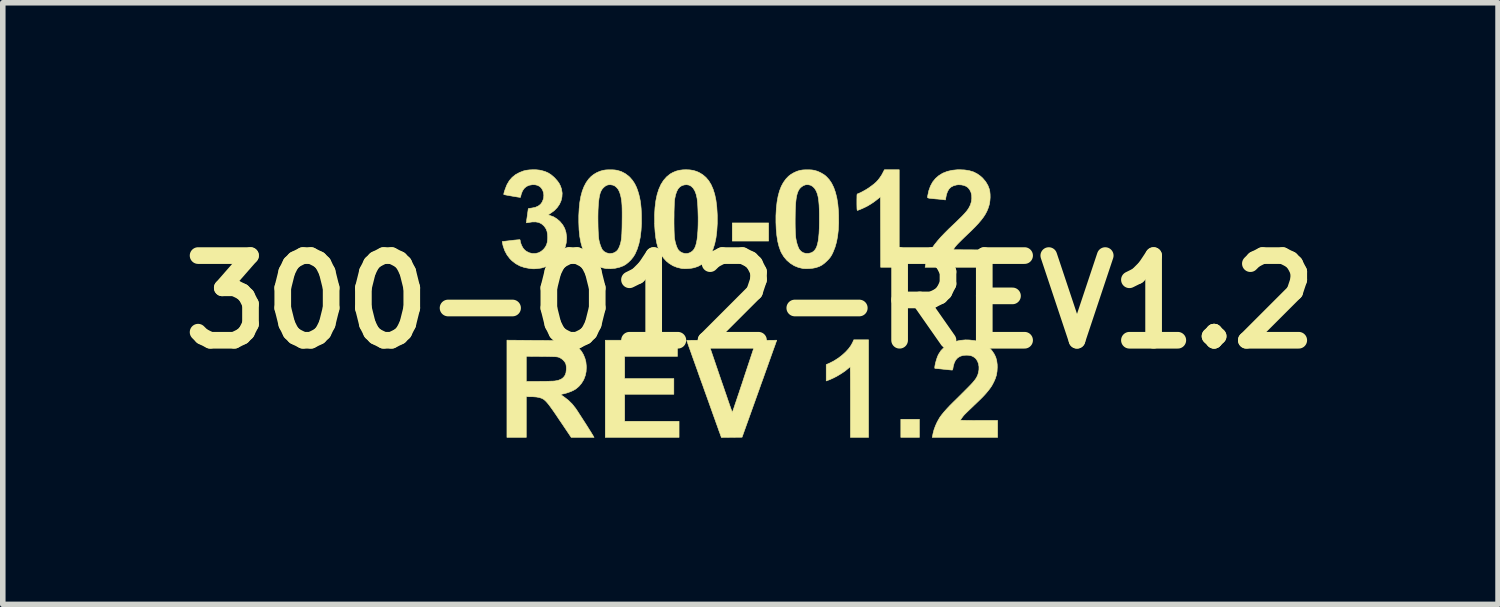
<source format=kicad_pcb>
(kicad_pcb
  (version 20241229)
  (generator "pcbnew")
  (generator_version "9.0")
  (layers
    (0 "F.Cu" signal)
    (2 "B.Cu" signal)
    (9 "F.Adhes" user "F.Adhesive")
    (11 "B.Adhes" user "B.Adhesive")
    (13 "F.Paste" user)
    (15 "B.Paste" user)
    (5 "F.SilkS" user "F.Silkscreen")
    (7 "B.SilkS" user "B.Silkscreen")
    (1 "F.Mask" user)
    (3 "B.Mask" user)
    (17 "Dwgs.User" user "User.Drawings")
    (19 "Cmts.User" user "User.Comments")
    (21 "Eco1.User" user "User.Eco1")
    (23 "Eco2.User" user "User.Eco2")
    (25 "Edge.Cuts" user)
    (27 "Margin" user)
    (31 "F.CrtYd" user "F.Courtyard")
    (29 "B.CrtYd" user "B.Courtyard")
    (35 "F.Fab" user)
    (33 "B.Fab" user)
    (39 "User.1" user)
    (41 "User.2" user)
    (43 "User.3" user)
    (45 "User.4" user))
  (footprint "300-012-REV1.2"
    (layer "F.Cu")
    (at 10.458 2.385)
    (property "Reference" "300-012-REV1.2" (at 0 0 0) (layer "F.SilkS") (effects (font (size 1.524 1.524) (thickness 0.3))))
    (attr through_hole)
    (fp_poly (pts (xy 0.327 -1.096) (xy -0.327 -1.096) (xy -0.327 -1.422) (xy 0.327 -1.422) (xy 0.327 -1.096)) (stroke (width 0.01) (type solid)) (fill yes) (layer "F.SilkS"))
    (fp_poly (pts (xy 3.041 2.438) (xy 2.707 2.438) (xy 2.707 2.112) (xy 3.041 2.112) (xy 3.041 2.438)) (stroke (width 0.01) (type solid)) (fill yes) (layer "F.SilkS"))
    (fp_poly (pts (xy -1.314 0.98) (xy -2.264 0.98) (xy -2.264 1.379) (xy -1.379 1.379) (xy -1.379 1.662) (xy -2.264 1.662) (xy -2.264 2.148) (xy -1.285 2.148) (xy -1.285 2.438) (xy -2.613 2.438) (xy -2.613 0.689) (xy -1.314 0.689) (xy -1.314 0.98)) (stroke (width 0.01) (type solid)) (fill yes) (layer "F.SilkS"))
    (fp_poly (pts (xy 2.126 2.438) (xy 1.8 2.438) (xy 1.8 1.803) (xy 1.8 1.709) (xy 1.8 1.618) (xy 1.799 1.533) (xy 1.799 1.455) (xy 1.799 1.383) (xy 1.798 1.32) (xy 1.798 1.267) (xy 1.797 1.224) (xy 1.797 1.193) (xy 1.796 1.174) (xy 1.795 1.168) (xy 1.788 1.173) (xy 1.774 1.185) (xy 1.756 1.2) (xy 1.705 1.242) (xy 1.643 1.284) (xy 1.576 1.325) (xy 1.506 1.363) (xy 1.438 1.394) (xy 1.411 1.405) (xy 1.364 1.422) (xy 1.364 1.128) (xy 1.427 1.1) (xy 1.503 1.061) (xy 1.577 1.014) (xy 1.646 0.962) (xy 1.709 0.905) (xy 1.764 0.846) (xy 1.808 0.786) (xy 1.841 0.727) (xy 1.844 0.719) (xy 1.86 0.682) (xy 2.126 0.682) (xy 2.126 2.438)) (stroke (width 0.01) (type solid)) (fill yes) (layer "F.SilkS"))
    (fp_poly (pts (xy 2.678 -0.624) (xy 2.344 -0.624) (xy 2.34 -1.893) (xy 2.297 -1.857) (xy 2.24 -1.813) (xy 2.177 -1.769) (xy 2.114 -1.731) (xy 2.105 -1.726) (xy 2.08 -1.713) (xy 2.049 -1.698) (xy 2.017 -1.683) (xy 1.984 -1.669) (xy 1.956 -1.658) (xy 1.935 -1.65) (xy 1.924 -1.647) (xy 1.921 -1.654) (xy 1.918 -1.676) (xy 1.917 -1.711) (xy 1.916 -1.761) (xy 1.916 -1.796) (xy 1.916 -1.847) (xy 1.917 -1.885) (xy 1.917 -1.912) (xy 1.919 -1.93) (xy 1.921 -1.94) (xy 1.925 -1.944) (xy 1.926 -1.945) (xy 1.937 -1.948) (xy 1.957 -1.957) (xy 1.984 -1.969) (xy 2.015 -1.985) (xy 2.064 -2.012) (xy 2.118 -2.045) (xy 2.17 -2.082) (xy 2.219 -2.119) (xy 2.258 -2.153) (xy 2.26 -2.154) (xy 2.296 -2.193) (xy 2.332 -2.24) (xy 2.365 -2.29) (xy 2.385 -2.328) (xy 2.412 -2.38) (xy 2.678 -2.38) (xy 2.678 -0.624)) (stroke (width 0.01) (type solid)) (fill yes) (layer "F.SilkS"))
    (fp_poly (pts (xy 0.468 0.706) (xy 0.464 0.714) (xy 0.457 0.736) (xy 0.445 0.77) (xy 0.429 0.814) (xy 0.409 0.869) (xy 0.386 0.934) (xy 0.36 1.007) (xy 0.331 1.088) (xy 0.3 1.176) (xy 0.266 1.27) (xy 0.231 1.369) (xy 0.193 1.473) (xy 0.156 1.578) (xy -0.151 2.435) (xy -0.337 2.437) (xy -0.523 2.439) (xy -0.53 2.419) (xy -0.535 2.407) (xy -0.543 2.383) (xy -0.556 2.348) (xy -0.573 2.302) (xy -0.592 2.247) (xy -0.615 2.184) (xy -0.64 2.113) (xy -0.668 2.036) (xy -0.697 1.954) (xy -0.728 1.867) (xy -0.76 1.777) (xy -0.793 1.685) (xy -0.827 1.591) (xy -0.86 1.497) (xy -0.894 1.404) (xy -0.927 1.312) (xy -0.958 1.223) (xy -0.989 1.137) (xy -1.018 1.056) (xy -1.045 0.981) (xy -1.069 0.912) (xy -1.091 0.851) (xy -1.11 0.798) (xy -1.125 0.755) (xy -1.136 0.722) (xy -1.144 0.702) (xy -1.147 0.693) (xy -1.147 0.693) (xy -1.14 0.692) (xy -1.12 0.691) (xy -1.09 0.691) (xy -1.051 0.69) (xy -1.005 0.69) (xy -0.96 0.69) (xy -0.773 0.69) (xy -0.552 1.339) (xy -0.52 1.432) (xy -0.489 1.521) (xy -0.46 1.606) (xy -0.433 1.684) (xy -0.409 1.755) (xy -0.387 1.819) (xy -0.368 1.874) (xy -0.352 1.919) (xy -0.339 1.954) (xy -0.331 1.977) (xy -0.327 1.988) (xy -0.326 1.988) (xy -0.324 1.982) (xy -0.317 1.962) (xy -0.306 1.931) (xy -0.291 1.888) (xy -0.274 1.836) (xy -0.253 1.775) (xy -0.23 1.705) (xy -0.204 1.629) (xy -0.177 1.546) (xy -0.147 1.458) (xy -0.117 1.366) (xy -0.109 1.341) (xy 0.106 0.693) (xy 0.289 0.691) (xy 0.473 0.689) (xy 0.468 0.706)) (stroke (width 0.01) (type solid)) (fill yes) (layer "F.SilkS"))
    (fp_poly (pts (xy 3.857 -2.376) (xy 3.939 -2.363) (xy 4.013 -2.341) (xy 4.079 -2.308) (xy 4.14 -2.265) (xy 4.18 -2.229) (xy 4.234 -2.165) (xy 4.275 -2.096) (xy 4.301 -2.028) (xy 4.309 -1.987) (xy 4.314 -1.937) (xy 4.315 -1.881) (xy 4.311 -1.826) (xy 4.304 -1.774) (xy 4.297 -1.745) (xy 4.279 -1.688) (xy 4.257 -1.634) (xy 4.229 -1.581) (xy 4.195 -1.528) (xy 4.153 -1.473) (xy 4.103 -1.414) (xy 4.044 -1.351) (xy 3.974 -1.281) (xy 3.953 -1.261) (xy 3.894 -1.205) (xy 3.844 -1.157) (xy 3.803 -1.117) (xy 3.77 -1.084) (xy 3.743 -1.057) (xy 3.722 -1.035) (xy 3.705 -1.016) (xy 3.692 -1.001) (xy 3.681 -0.987) (xy 3.674 -0.976) (xy 3.65 -0.94) (xy 3.984 -0.938) (xy 4.318 -0.936) (xy 4.318 -0.624) (xy 3.144 -0.624) (xy 3.155 -0.68) (xy 3.168 -0.742) (xy 3.186 -0.801) (xy 3.209 -0.859) (xy 3.238 -0.916) (xy 3.273 -0.974) (xy 3.316 -1.035) (xy 3.367 -1.098) (xy 3.426 -1.166) (xy 3.496 -1.239) (xy 3.575 -1.318) (xy 3.648 -1.387) (xy 3.71 -1.446) (xy 3.763 -1.498) (xy 3.807 -1.541) (xy 3.843 -1.579) (xy 3.872 -1.611) (xy 3.896 -1.64) (xy 3.915 -1.666) (xy 3.93 -1.689) (xy 3.959 -1.746) (xy 3.977 -1.805) (xy 3.984 -1.863) (xy 3.982 -1.92) (xy 3.97 -1.972) (xy 3.948 -2.018) (xy 3.918 -2.056) (xy 3.887 -2.079) (xy 3.845 -2.097) (xy 3.797 -2.107) (xy 3.746 -2.11) (xy 3.709 -2.106) (xy 3.655 -2.091) (xy 3.611 -2.068) (xy 3.576 -2.035) (xy 3.549 -1.991) (xy 3.529 -1.936) (xy 3.519 -1.887) (xy 3.51 -1.836) (xy 3.488 -1.839) (xy 3.473 -1.841) (xy 3.447 -1.844) (xy 3.412 -1.848) (xy 3.372 -1.852) (xy 3.342 -1.854) (xy 3.29 -1.859) (xy 3.251 -1.863) (xy 3.223 -1.866) (xy 3.205 -1.87) (xy 3.194 -1.874) (xy 3.188 -1.88) (xy 3.187 -1.888) (xy 3.189 -1.898) (xy 3.19 -1.907) (xy 3.21 -2.001) (xy 3.24 -2.085) (xy 3.28 -2.159) (xy 3.331 -2.222) (xy 3.392 -2.275) (xy 3.462 -2.318) (xy 3.541 -2.349) (xy 3.63 -2.37) (xy 3.729 -2.38) (xy 3.764 -2.38) (xy 3.857 -2.376)) (stroke (width 0.01) (type solid)) (fill yes) (layer "F.SilkS"))
    (fp_poly (pts (xy -1.09 -2.377) (xy -1.027 -2.367) (xy -0.969 -2.349) (xy -0.925 -2.33) (xy -0.86 -2.291) (xy -0.802 -2.242) (xy -0.751 -2.182) (xy -0.708 -2.111) (xy -0.672 -2.029) (xy -0.643 -1.936) (xy -0.621 -1.831) (xy -0.606 -1.713) (xy -0.598 -1.583) (xy -0.597 -1.556) (xy -0.597 -1.411) (xy -0.605 -1.278) (xy -0.62 -1.156) (xy -0.643 -1.047) (xy -0.674 -0.949) (xy -0.713 -0.863) (xy -0.759 -0.789) (xy -0.813 -0.727) (xy -0.875 -0.677) (xy -0.944 -0.64) (xy -1.011 -0.617) (xy -1.057 -0.608) (xy -1.11 -0.602) (xy -1.163 -0.599) (xy -1.211 -0.6) (xy -1.234 -0.602) (xy -1.318 -0.621) (xy -1.396 -0.652) (xy -1.468 -0.697) (xy -1.513 -0.734) (xy -1.56 -0.785) (xy -1.601 -0.842) (xy -1.636 -0.906) (xy -1.664 -0.979) (xy -1.687 -1.062) (xy -1.704 -1.155) (xy -1.716 -1.26) (xy -1.724 -1.378) (xy -1.725 -1.415) (xy -1.725 -1.482) (xy -1.376 -1.482) (xy -1.376 -1.413) (xy -1.375 -1.347) (xy -1.374 -1.285) (xy -1.372 -1.23) (xy -1.37 -1.185) (xy -1.367 -1.15) (xy -1.366 -1.139) (xy -1.355 -1.086) (xy -1.341 -1.034) (xy -1.325 -0.988) (xy -1.307 -0.951) (xy -1.3 -0.94) (xy -1.272 -0.91) (xy -1.234 -0.887) (xy -1.191 -0.874) (xy -1.161 -0.871) (xy -1.125 -0.874) (xy -1.091 -0.886) (xy -1.081 -0.891) (xy -1.051 -0.91) (xy -1.026 -0.935) (xy -1.005 -0.967) (xy -0.987 -1.008) (xy -0.973 -1.059) (xy -0.961 -1.12) (xy -0.953 -1.193) (xy -0.946 -1.278) (xy -0.944 -1.324) (xy -0.942 -1.386) (xy -0.941 -1.454) (xy -0.941 -1.525) (xy -0.943 -1.596) (xy -0.945 -1.666) (xy -0.948 -1.73) (xy -0.952 -1.788) (xy -0.957 -1.836) (xy -0.961 -1.867) (xy -0.978 -1.94) (xy -1.001 -2) (xy -1.03 -2.047) (xy -1.065 -2.082) (xy -1.105 -2.103) (xy -1.15 -2.111) (xy -1.195 -2.106) (xy -1.237 -2.092) (xy -1.273 -2.068) (xy -1.303 -2.034) (xy -1.327 -1.988) (xy -1.347 -1.93) (xy -1.362 -1.859) (xy -1.366 -1.832) (xy -1.369 -1.792) (xy -1.371 -1.742) (xy -1.373 -1.684) (xy -1.375 -1.619) (xy -1.375 -1.551) (xy -1.376 -1.482) (xy -1.725 -1.482) (xy -1.726 -1.562) (xy -1.718 -1.697) (xy -1.703 -1.82) (xy -1.68 -1.931) (xy -1.649 -2.029) (xy -1.61 -2.116) (xy -1.563 -2.19) (xy -1.508 -2.252) (xy -1.445 -2.303) (xy -1.397 -2.33) (xy -1.34 -2.354) (xy -1.281 -2.37) (xy -1.217 -2.378) (xy -1.161 -2.38) (xy -1.09 -2.377)) (stroke (width 0.01) (type solid)) (fill yes) (layer "F.SilkS"))
    (fp_poly (pts (xy 3.944 0.685) (xy 4.038 0.696) (xy 4.123 0.718) (xy 4.199 0.752) (xy 4.267 0.797) (xy 4.327 0.853) (xy 4.346 0.876) (xy 4.386 0.934) (xy 4.415 0.993) (xy 4.433 1.057) (xy 4.442 1.128) (xy 4.443 1.176) (xy 4.439 1.249) (xy 4.428 1.316) (xy 4.407 1.381) (xy 4.387 1.427) (xy 4.366 1.469) (xy 4.343 1.511) (xy 4.315 1.552) (xy 4.283 1.594) (xy 4.245 1.64) (xy 4.201 1.689) (xy 4.148 1.743) (xy 4.085 1.804) (xy 4.024 1.862) (xy 3.985 1.9) (xy 3.947 1.936) (xy 3.913 1.969) (xy 3.884 1.997) (xy 3.862 2.019) (xy 3.85 2.031) (xy 3.831 2.053) (xy 3.813 2.077) (xy 3.796 2.1) (xy 3.785 2.118) (xy 3.781 2.128) (xy 3.788 2.129) (xy 3.808 2.13) (xy 3.84 2.131) (xy 3.882 2.132) (xy 3.933 2.133) (xy 3.991 2.133) (xy 4.055 2.134) (xy 4.115 2.134) (xy 4.449 2.134) (xy 4.449 2.438) (xy 3.273 2.438) (xy 3.276 2.422) (xy 3.279 2.406) (xy 3.284 2.382) (xy 3.288 2.362) (xy 3.305 2.298) (xy 3.33 2.23) (xy 3.362 2.16) (xy 3.398 2.096) (xy 3.412 2.073) (xy 3.444 2.03) (xy 3.483 1.982) (xy 3.531 1.928) (xy 3.587 1.868) (xy 3.654 1.801) (xy 3.681 1.775) (xy 3.754 1.703) (xy 3.817 1.64) (xy 3.871 1.586) (xy 3.918 1.539) (xy 3.957 1.499) (xy 3.989 1.465) (xy 4.015 1.435) (xy 4.037 1.408) (xy 4.054 1.385) (xy 4.067 1.364) (xy 4.078 1.344) (xy 4.087 1.324) (xy 4.095 1.304) (xy 4.101 1.282) (xy 4.113 1.225) (xy 4.114 1.167) (xy 4.105 1.113) (xy 4.086 1.063) (xy 4.058 1.022) (xy 4.044 1.009) (xy 4.01 0.984) (xy 3.972 0.968) (xy 3.927 0.96) (xy 3.885 0.958) (xy 3.824 0.963) (xy 3.772 0.98) (xy 3.729 1.007) (xy 3.694 1.046) (xy 3.669 1.096) (xy 3.651 1.158) (xy 3.646 1.19) (xy 3.642 1.211) (xy 3.636 1.224) (xy 3.633 1.226) (xy 3.623 1.226) (xy 3.602 1.224) (xy 3.57 1.221) (xy 3.532 1.217) (xy 3.488 1.212) (xy 3.483 1.212) (xy 3.439 1.207) (xy 3.399 1.203) (xy 3.365 1.2) (xy 3.341 1.198) (xy 3.329 1.197) (xy 3.329 1.197) (xy 3.321 1.196) (xy 3.318 1.19) (xy 3.318 1.175) (xy 3.32 1.156) (xy 3.33 1.103) (xy 3.346 1.046) (xy 3.365 0.989) (xy 3.387 0.94) (xy 3.388 0.94) (xy 3.428 0.878) (xy 3.48 0.823) (xy 3.543 0.776) (xy 3.614 0.738) (xy 3.693 0.71) (xy 3.779 0.691) (xy 3.871 0.683) (xy 3.944 0.685)) (stroke (width 0.01) (type solid)) (fill yes) (layer "F.SilkS"))
    (fp_poly (pts (xy -3.903 0.692) (xy -3.803 0.692) (xy -3.717 0.693) (xy -3.643 0.694) (xy -3.579 0.695) (xy -3.525 0.696) (xy -3.48 0.698) (xy -3.442 0.699) (xy -3.41 0.701) (xy -3.382 0.704) (xy -3.358 0.707) (xy -3.336 0.711) (xy -3.315 0.715) (xy -3.294 0.72) (xy -3.284 0.722) (xy -3.209 0.748) (xy -3.143 0.785) (xy -3.086 0.834) (xy -3.038 0.894) (xy -3.008 0.945) (xy -2.98 1.012) (xy -2.962 1.078) (xy -2.955 1.147) (xy -2.954 1.179) (xy -2.958 1.256) (xy -2.973 1.325) (xy -2.998 1.392) (xy -3.005 1.406) (xy -3.042 1.466) (xy -3.089 1.521) (xy -3.144 1.567) (xy -3.183 1.59) (xy -3.221 1.608) (xy -3.268 1.626) (xy -3.317 1.642) (xy -3.363 1.654) (xy -3.384 1.658) (xy -3.401 1.662) (xy -3.41 1.667) (xy -3.411 1.668) (xy -3.405 1.674) (xy -3.39 1.686) (xy -3.367 1.701) (xy -3.351 1.713) (xy -3.278 1.769) (xy -3.208 1.838) (xy -3.145 1.918) (xy -3.142 1.922) (xy -3.129 1.942) (xy -3.109 1.971) (xy -3.085 2.009) (xy -3.057 2.052) (xy -3.026 2.1) (xy -2.994 2.15) (xy -2.961 2.201) (xy -2.93 2.25) (xy -2.901 2.297) (xy -2.874 2.339) (xy -2.853 2.374) (xy -2.836 2.401) (xy -2.827 2.418) (xy -2.826 2.418) (xy -2.815 2.438) (xy -3.226 2.438) (xy -3.392 2.191) (xy -3.448 2.109) (xy -3.496 2.037) (xy -3.538 1.976) (xy -3.574 1.925) (xy -3.605 1.882) (xy -3.632 1.846) (xy -3.656 1.817) (xy -3.676 1.794) (xy -3.695 1.776) (xy -3.712 1.761) (xy -3.729 1.749) (xy -3.746 1.74) (xy -3.756 1.735) (xy -3.798 1.721) (xy -3.852 1.711) (xy -3.919 1.706) (xy -3.961 1.706) (xy -4.035 1.705) (xy -4.035 2.438) (xy -4.383 2.438) (xy -4.383 1.43) (xy -4.035 1.43) (xy -3.808 1.43) (xy -3.749 1.429) (xy -3.691 1.429) (xy -3.638 1.428) (xy -3.591 1.426) (xy -3.553 1.425) (xy -3.527 1.423) (xy -3.521 1.423) (xy -3.459 1.411) (xy -3.407 1.39) (xy -3.368 1.361) (xy -3.339 1.323) (xy -3.321 1.276) (xy -3.314 1.218) (xy -3.313 1.205) (xy -3.314 1.17) (xy -3.318 1.139) (xy -3.323 1.116) (xy -3.323 1.114) (xy -3.341 1.081) (xy -3.369 1.048) (xy -3.403 1.02) (xy -3.439 1) (xy -3.45 0.996) (xy -3.461 0.993) (xy -3.473 0.99) (xy -3.489 0.988) (xy -3.509 0.986) (xy -3.535 0.985) (xy -3.57 0.984) (xy -3.613 0.983) (xy -3.668 0.982) (xy -3.735 0.981) (xy -3.757 0.981) (xy -4.035 0.979) (xy -4.035 1.43) (xy -4.383 1.43) (xy -4.383 0.688) (xy -3.903 0.692)) (stroke (width 0.01) (type solid)) (fill yes) (layer "F.SilkS"))
    (fp_poly (pts (xy 1.052 -2.379) (xy 1.106 -2.376) (xy 1.15 -2.369) (xy 1.208 -2.352) (xy 1.267 -2.325) (xy 1.323 -2.292) (xy 1.362 -2.261) (xy 1.415 -2.205) (xy 1.461 -2.138) (xy 1.499 -2.061) (xy 1.53 -1.973) (xy 1.555 -1.873) (xy 1.573 -1.761) (xy 1.584 -1.637) (xy 1.587 -1.56) (xy 1.588 -1.423) (xy 1.582 -1.298) (xy 1.569 -1.184) (xy 1.55 -1.081) (xy 1.523 -0.986) (xy 1.489 -0.9) (xy 1.479 -0.878) (xy 1.46 -0.841) (xy 1.442 -0.812) (xy 1.422 -0.786) (xy 1.397 -0.758) (xy 1.379 -0.74) (xy 1.331 -0.696) (xy 1.286 -0.663) (xy 1.238 -0.638) (xy 1.184 -0.62) (xy 1.174 -0.617) (xy 1.122 -0.607) (xy 1.064 -0.601) (xy 1.007 -0.599) (xy 0.955 -0.601) (xy 0.945 -0.602) (xy 0.864 -0.621) (xy 0.788 -0.652) (xy 0.718 -0.696) (xy 0.655 -0.75) (xy 0.601 -0.814) (xy 0.557 -0.886) (xy 0.542 -0.919) (xy 0.514 -0.999) (xy 0.491 -1.091) (xy 0.475 -1.195) (xy 0.464 -1.309) (xy 0.459 -1.432) (xy 0.459 -1.486) (xy 0.805 -1.486) (xy 0.805 -1.411) (xy 0.806 -1.339) (xy 0.808 -1.272) (xy 0.811 -1.212) (xy 0.815 -1.163) (xy 0.82 -1.13) (xy 0.829 -1.084) (xy 0.842 -1.037) (xy 0.857 -0.994) (xy 0.873 -0.958) (xy 0.884 -0.94) (xy 0.914 -0.908) (xy 0.953 -0.885) (xy 0.997 -0.873) (xy 1.043 -0.873) (xy 1.089 -0.884) (xy 1.1 -0.888) (xy 1.129 -0.905) (xy 1.154 -0.928) (xy 1.175 -0.957) (xy 1.193 -0.994) (xy 1.207 -1.04) (xy 1.219 -1.095) (xy 1.228 -1.16) (xy 1.235 -1.236) (xy 1.239 -1.325) (xy 1.241 -1.426) (xy 1.241 -1.498) (xy 1.241 -1.592) (xy 1.239 -1.673) (xy 1.236 -1.742) (xy 1.231 -1.801) (xy 1.225 -1.853) (xy 1.217 -1.897) (xy 1.207 -1.937) (xy 1.194 -1.973) (xy 1.182 -2.001) (xy 1.154 -2.046) (xy 1.119 -2.08) (xy 1.08 -2.102) (xy 1.037 -2.111) (xy 0.993 -2.109) (xy 0.95 -2.093) (xy 0.909 -2.063) (xy 0.903 -2.058) (xy 0.88 -2.031) (xy 0.862 -2.001) (xy 0.847 -1.964) (xy 0.834 -1.918) (xy 0.823 -1.86) (xy 0.823 -1.858) (xy 0.818 -1.817) (xy 0.813 -1.765) (xy 0.81 -1.703) (xy 0.807 -1.634) (xy 0.806 -1.561) (xy 0.805 -1.486) (xy 0.459 -1.486) (xy 0.459 -1.553) (xy 0.466 -1.682) (xy 0.479 -1.799) (xy 0.498 -1.904) (xy 0.523 -1.997) (xy 0.555 -2.08) (xy 0.594 -2.152) (xy 0.64 -2.215) (xy 0.686 -2.263) (xy 0.728 -2.295) (xy 0.779 -2.325) (xy 0.833 -2.35) (xy 0.887 -2.367) (xy 0.896 -2.369) (xy 0.942 -2.376) (xy 0.995 -2.379) (xy 1.052 -2.379)) (stroke (width 0.01) (type solid)) (fill yes) (layer "F.SilkS"))
    (fp_poly (pts (xy -2.497 -2.379) (xy -2.443 -2.376) (xy -2.398 -2.369) (xy -2.325 -2.347) (xy -2.255 -2.311) (xy -2.191 -2.263) (xy -2.17 -2.243) (xy -2.123 -2.189) (xy -2.084 -2.13) (xy -2.051 -2.063) (xy -2.029 -2.003) (xy -2.01 -1.941) (xy -1.995 -1.88) (xy -1.983 -1.817) (xy -1.974 -1.751) (xy -1.967 -1.677) (xy -1.963 -1.592) (xy -1.962 -1.557) (xy -1.961 -1.415) (xy -1.969 -1.283) (xy -1.984 -1.161) (xy -2.007 -1.05) (xy -2.038 -0.951) (xy -2.076 -0.864) (xy -2.078 -0.86) (xy -2.11 -0.809) (xy -2.151 -0.758) (xy -2.197 -0.713) (xy -2.245 -0.675) (xy -2.286 -0.651) (xy -2.358 -0.624) (xy -2.436 -0.606) (xy -2.517 -0.598) (xy -2.595 -0.601) (xy -2.604 -0.602) (xy -2.68 -0.618) (xy -2.749 -0.645) (xy -2.814 -0.683) (xy -2.876 -0.735) (xy -2.892 -0.751) (xy -2.924 -0.783) (xy -2.947 -0.811) (xy -2.965 -0.837) (xy -2.982 -0.866) (xy -2.988 -0.878) (xy -3.023 -0.965) (xy -3.051 -1.065) (xy -3.072 -1.176) (xy -3.085 -1.301) (xy -3.09 -1.437) (xy -3.09 -1.543) (xy -2.745 -1.543) (xy -2.745 -1.479) (xy -2.744 -1.413) (xy -2.743 -1.348) (xy -2.741 -1.285) (xy -2.738 -1.228) (xy -2.735 -1.18) (xy -2.731 -1.141) (xy -2.729 -1.125) (xy -2.719 -1.078) (xy -2.705 -1.031) (xy -2.689 -0.988) (xy -2.672 -0.952) (xy -2.663 -0.936) (xy -2.632 -0.906) (xy -2.592 -0.884) (xy -2.547 -0.872) (xy -2.525 -0.871) (xy -2.476 -0.878) (xy -2.448 -0.889) (xy -2.414 -0.91) (xy -2.386 -0.94) (xy -2.364 -0.981) (xy -2.348 -1.023) (xy -2.339 -1.052) (xy -2.332 -1.081) (xy -2.326 -1.112) (xy -2.322 -1.145) (xy -2.318 -1.184) (xy -2.315 -1.23) (xy -2.313 -1.284) (xy -2.311 -1.349) (xy -2.31 -1.427) (xy -2.31 -1.437) (xy -2.309 -1.531) (xy -2.309 -1.612) (xy -2.31 -1.682) (xy -2.312 -1.742) (xy -2.316 -1.795) (xy -2.322 -1.841) (xy -2.329 -1.882) (xy -2.338 -1.92) (xy -2.349 -1.957) (xy -2.359 -1.985) (xy -2.38 -2.026) (xy -2.409 -2.061) (xy -2.442 -2.088) (xy -2.476 -2.103) (xy -2.525 -2.111) (xy -2.567 -2.107) (xy -2.606 -2.09) (xy -2.643 -2.06) (xy -2.646 -2.057) (xy -2.669 -2.031) (xy -2.687 -2.001) (xy -2.703 -1.964) (xy -2.715 -1.92) (xy -2.725 -1.866) (xy -2.733 -1.803) (xy -2.739 -1.727) (xy -2.743 -1.654) (xy -2.744 -1.602) (xy -2.745 -1.543) (xy -3.09 -1.543) (xy -3.09 -1.552) (xy -3.083 -1.681) (xy -3.071 -1.797) (xy -3.052 -1.902) (xy -3.027 -1.995) (xy -2.995 -2.077) (xy -2.957 -2.149) (xy -2.912 -2.212) (xy -2.866 -2.26) (xy -2.821 -2.295) (xy -2.766 -2.328) (xy -2.707 -2.353) (xy -2.652 -2.369) (xy -2.607 -2.376) (xy -2.553 -2.379) (xy -2.497 -2.379)) (stroke (width 0.01) (type solid)) (fill yes) (layer "F.SilkS"))
    (fp_poly (pts (xy -3.854 -2.379) (xy -3.797 -2.373) (xy -3.763 -2.366) (xy -3.698 -2.348) (xy -3.643 -2.324) (xy -3.593 -2.293) (xy -3.544 -2.252) (xy -3.523 -2.232) (xy -3.479 -2.183) (xy -3.445 -2.137) (xy -3.421 -2.09) (xy -3.403 -2.039) (xy -3.4 -2.029) (xy -3.389 -1.959) (xy -3.393 -1.889) (xy -3.409 -1.821) (xy -3.438 -1.757) (xy -3.479 -1.698) (xy -3.531 -1.644) (xy -3.591 -1.601) (xy -3.613 -1.586) (xy -3.629 -1.575) (xy -3.636 -1.568) (xy -3.636 -1.567) (xy -3.629 -1.563) (xy -3.613 -1.557) (xy -3.601 -1.553) (xy -3.543 -1.532) (xy -3.485 -1.496) (xy -3.43 -1.449) (xy -3.429 -1.448) (xy -3.38 -1.389) (xy -3.344 -1.325) (xy -3.321 -1.254) (xy -3.31 -1.176) (xy -3.309 -1.148) (xy -3.316 -1.063) (xy -3.336 -0.982) (xy -3.368 -0.906) (xy -3.412 -0.836) (xy -3.466 -0.773) (xy -3.528 -0.717) (xy -3.599 -0.671) (xy -3.678 -0.636) (xy -3.762 -0.611) (xy -3.814 -0.603) (xy -3.854 -0.599) (xy -3.887 -0.597) (xy -3.918 -0.597) (xy -3.952 -0.6) (xy -3.977 -0.603) (xy -4.068 -0.62) (xy -4.15 -0.648) (xy -4.225 -0.689) (xy -4.293 -0.742) (xy -4.328 -0.777) (xy -4.38 -0.844) (xy -4.421 -0.92) (xy -4.451 -1.004) (xy -4.462 -1.053) (xy -4.468 -1.087) (xy -4.312 -1.105) (xy -4.266 -1.111) (xy -4.225 -1.115) (xy -4.19 -1.118) (xy -4.165 -1.12) (xy -4.152 -1.121) (xy -4.15 -1.12) (xy -4.145 -1.111) (xy -4.144 -1.099) (xy -4.14 -1.077) (xy -4.131 -1.048) (xy -4.118 -1.015) (xy -4.102 -0.985) (xy -4.091 -0.967) (xy -4.073 -0.945) (xy -4.048 -0.922) (xy -4.033 -0.911) (xy -3.981 -0.885) (xy -3.927 -0.872) (xy -3.872 -0.872) (xy -3.818 -0.884) (xy -3.769 -0.909) (xy -3.726 -0.945) (xy -3.725 -0.946) (xy -3.693 -0.986) (xy -3.671 -1.027) (xy -3.657 -1.074) (xy -3.651 -1.128) (xy -3.65 -1.163) (xy -3.653 -1.223) (xy -3.662 -1.272) (xy -3.679 -1.315) (xy -3.705 -1.354) (xy -3.722 -1.374) (xy -3.763 -1.408) (xy -3.811 -1.431) (xy -3.867 -1.441) (xy -3.93 -1.44) (xy -3.969 -1.434) (xy -3.997 -1.429) (xy -4.019 -1.426) (xy -4.031 -1.424) (xy -4.032 -1.425) (xy -4.032 -1.432) (xy -4.03 -1.451) (xy -4.027 -1.479) (xy -4.022 -1.512) (xy -4.017 -1.549) (xy -4.012 -1.586) (xy -4.007 -1.62) (xy -4.003 -1.649) (xy -4 -1.67) (xy -3.998 -1.68) (xy -3.997 -1.68) (xy -3.99 -1.682) (xy -3.971 -1.685) (xy -3.945 -1.689) (xy -3.936 -1.69) (xy -3.872 -1.703) (xy -3.82 -1.726) (xy -3.779 -1.757) (xy -3.749 -1.798) (xy -3.728 -1.85) (xy -3.722 -1.876) (xy -3.719 -1.924) (xy -3.726 -1.972) (xy -3.742 -2.016) (xy -3.766 -2.053) (xy -3.794 -2.079) (xy -3.833 -2.099) (xy -3.873 -2.109) (xy -3.921 -2.111) (xy -3.929 -2.11) (xy -3.985 -2.1) (xy -4.033 -2.078) (xy -4.072 -2.044) (xy -4.103 -1.999) (xy -4.125 -1.943) (xy -4.13 -1.923) (xy -4.135 -1.901) (xy -4.139 -1.886) (xy -4.14 -1.882) (xy -4.147 -1.882) (xy -4.166 -1.885) (xy -4.194 -1.889) (xy -4.229 -1.895) (xy -4.267 -1.901) (xy -4.307 -1.908) (xy -4.346 -1.915) (xy -4.381 -1.921) (xy -4.41 -1.927) (xy -4.43 -1.931) (xy -4.439 -1.933) (xy -4.439 -1.933) (xy -4.44 -1.942) (xy -4.436 -1.962) (xy -4.428 -1.99) (xy -4.417 -2.023) (xy -4.404 -2.057) (xy -4.391 -2.091) (xy -4.379 -2.118) (xy -4.339 -2.185) (xy -4.289 -2.242) (xy -4.229 -2.291) (xy -4.157 -2.33) (xy -4.082 -2.359) (xy -4.035 -2.37) (xy -3.978 -2.377) (xy -3.916 -2.38) (xy -3.854 -2.379)) (stroke (width 0.01) (type solid)) (fill yes) (layer "F.SilkS")))
  (gr_rect
    (start -3 -3)
    (end 23.915 7.829)
    (stroke (width 0.1) (type default))
    (fill no)
    (layer "Edge.Cuts")))
</source>
